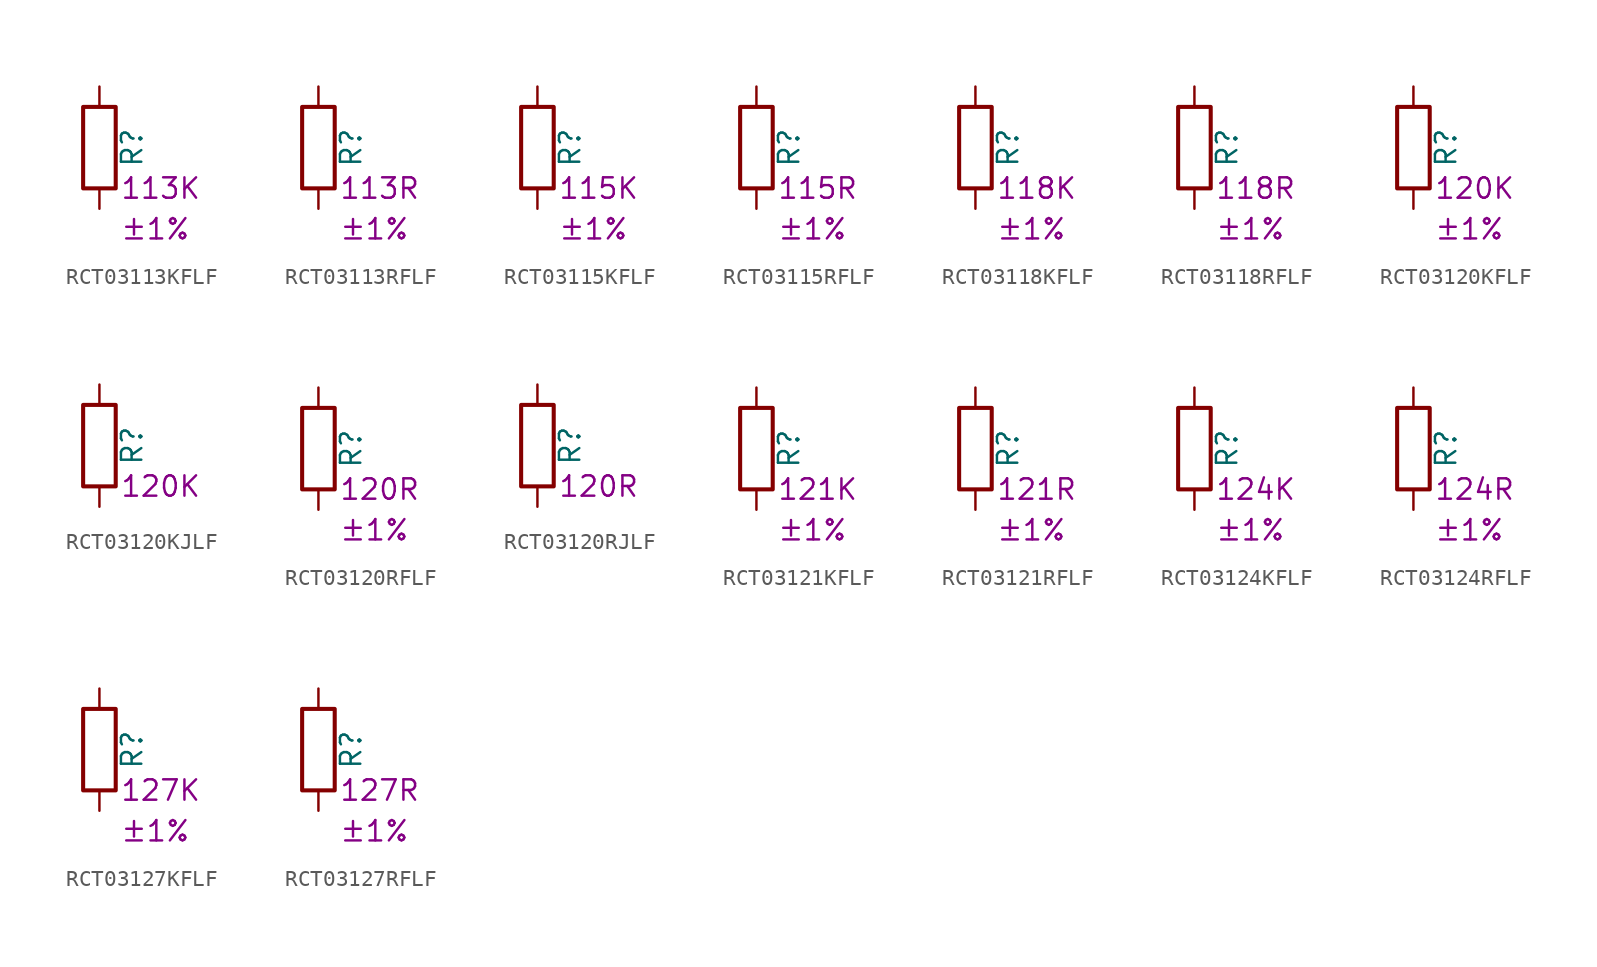
<source format=kicad_sym>
(kicad_symbol_lib
  (version 20220914)
  (generator kicad_symbol_editor)
  (symbol "RCT03113KFLF"
    (pin_numbers hide)
    (pin_names
      (offset 0))
    (property "Reference" "R"
      (at 2.032 0 90)
      (effects (font (size 1.27 1.27))))
    (property "Resistance" "113K"
      (at 1.27 -2.54 0)
      (effects (font (size 1.27 1.27)) (justify left)))
    (property "Tolerance" "±1%"
      (at 1.27 -5.08 0)
      (effects (font (size 1.27 1.27)) (justify left)))
    (symbol "RCT03113KFLF_0_1"
      (rectangle (start -1.016 -2.54) (end 1.016 2.54) (stroke (width 0.254) (type default)) (fill (type none))))
    (symbol "RCT03113KFLF_1_1"
      (pin passive line (at 0 3.81 270) (length 1.27) (name "~" (effects (font (size 1.27 1.27)))) (number "1" (effects (font (size 1.27 1.27)))))
      (pin passive line (at 0 -3.81 90) (length 1.27) (name "~" (effects (font (size 1.27 1.27)))) (number "2" (effects (font (size 1.27 1.27)))))))
  (symbol "RCT03113RFLF"
    (pin_numbers hide)
    (pin_names
      (offset 0))
    (property "Reference" "R"
      (at 2.032 0 90)
      (effects (font (size 1.27 1.27))))
    (property "Resistance" "113R"
      (at 1.27 -2.54 0)
      (effects (font (size 1.27 1.27)) (justify left)))
    (property "Tolerance" "±1%"
      (at 1.27 -5.08 0)
      (effects (font (size 1.27 1.27)) (justify left)))
    (symbol "RCT03113RFLF_0_1"
      (rectangle (start -1.016 -2.54) (end 1.016 2.54) (stroke (width 0.254) (type default)) (fill (type none))))
    (symbol "RCT03113RFLF_1_1"
      (pin passive line (at 0 3.81 270) (length 1.27) (name "~" (effects (font (size 1.27 1.27)))) (number "1" (effects (font (size 1.27 1.27)))))
      (pin passive line (at 0 -3.81 90) (length 1.27) (name "~" (effects (font (size 1.27 1.27)))) (number "2" (effects (font (size 1.27 1.27)))))))
  (symbol "RCT03115KFLF"
    (pin_numbers hide)
    (pin_names
      (offset 0))
    (property "Reference" "R"
      (at 2.032 0 90)
      (effects (font (size 1.27 1.27))))
    (property "Resistance" "115K"
      (at 1.27 -2.54 0)
      (effects (font (size 1.27 1.27)) (justify left)))
    (property "Tolerance" "±1%"
      (at 1.27 -5.08 0)
      (effects (font (size 1.27 1.27)) (justify left)))
    (symbol "RCT03115KFLF_0_1"
      (rectangle (start -1.016 -2.54) (end 1.016 2.54) (stroke (width 0.254) (type default)) (fill (type none))))
    (symbol "RCT03115KFLF_1_1"
      (pin passive line (at 0 3.81 270) (length 1.27) (name "~" (effects (font (size 1.27 1.27)))) (number "1" (effects (font (size 1.27 1.27)))))
      (pin passive line (at 0 -3.81 90) (length 1.27) (name "~" (effects (font (size 1.27 1.27)))) (number "2" (effects (font (size 1.27 1.27)))))))
  (symbol "RCT03115RFLF"
    (pin_numbers hide)
    (pin_names
      (offset 0))
    (property "Reference" "R"
      (at 2.032 0 90)
      (effects (font (size 1.27 1.27))))
    (property "Resistance" "115R"
      (at 1.27 -2.54 0)
      (effects (font (size 1.27 1.27)) (justify left)))
    (property "Tolerance" "±1%"
      (at 1.27 -5.08 0)
      (effects (font (size 1.27 1.27)) (justify left)))
    (symbol "RCT03115RFLF_0_1"
      (rectangle (start -1.016 -2.54) (end 1.016 2.54) (stroke (width 0.254) (type default)) (fill (type none))))
    (symbol "RCT03115RFLF_1_1"
      (pin passive line (at 0 3.81 270) (length 1.27) (name "~" (effects (font (size 1.27 1.27)))) (number "1" (effects (font (size 1.27 1.27)))))
      (pin passive line (at 0 -3.81 90) (length 1.27) (name "~" (effects (font (size 1.27 1.27)))) (number "2" (effects (font (size 1.27 1.27)))))))
  (symbol "RCT03118KFLF"
    (pin_numbers hide)
    (pin_names
      (offset 0))
    (property "Reference" "R"
      (at 2.032 0 90)
      (effects (font (size 1.27 1.27))))
    (property "Resistance" "118K"
      (at 1.27 -2.54 0)
      (effects (font (size 1.27 1.27)) (justify left)))
    (property "Tolerance" "±1%"
      (at 1.27 -5.08 0)
      (effects (font (size 1.27 1.27)) (justify left)))
    (symbol "RCT03118KFLF_0_1"
      (rectangle (start -1.016 -2.54) (end 1.016 2.54) (stroke (width 0.254) (type default)) (fill (type none))))
    (symbol "RCT03118KFLF_1_1"
      (pin passive line (at 0 3.81 270) (length 1.27) (name "~" (effects (font (size 1.27 1.27)))) (number "1" (effects (font (size 1.27 1.27)))))
      (pin passive line (at 0 -3.81 90) (length 1.27) (name "~" (effects (font (size 1.27 1.27)))) (number "2" (effects (font (size 1.27 1.27)))))))
  (symbol "RCT03118RFLF"
    (pin_numbers hide)
    (pin_names
      (offset 0))
    (property "Reference" "R"
      (at 2.032 0 90)
      (effects (font (size 1.27 1.27))))
    (property "Resistance" "118R"
      (at 1.27 -2.54 0)
      (effects (font (size 1.27 1.27)) (justify left)))
    (property "Tolerance" "±1%"
      (at 1.27 -5.08 0)
      (effects (font (size 1.27 1.27)) (justify left)))
    (symbol "RCT03118RFLF_0_1"
      (rectangle (start -1.016 -2.54) (end 1.016 2.54) (stroke (width 0.254) (type default)) (fill (type none))))
    (symbol "RCT03118RFLF_1_1"
      (pin passive line (at 0 3.81 270) (length 1.27) (name "~" (effects (font (size 1.27 1.27)))) (number "1" (effects (font (size 1.27 1.27)))))
      (pin passive line (at 0 -3.81 90) (length 1.27) (name "~" (effects (font (size 1.27 1.27)))) (number "2" (effects (font (size 1.27 1.27)))))))
  (symbol "RCT03120KFLF"
    (pin_numbers hide)
    (pin_names
      (offset 0))
    (property "Reference" "R"
      (at 2.032 0 90)
      (effects (font (size 1.27 1.27))))
    (property "Resistance" "120K"
      (at 1.27 -2.54 0)
      (effects (font (size 1.27 1.27)) (justify left)))
    (property "Tolerance" "±1%"
      (at 1.27 -5.08 0)
      (effects (font (size 1.27 1.27)) (justify left)))
    (symbol "RCT03120KFLF_0_1"
      (rectangle (start -1.016 -2.54) (end 1.016 2.54) (stroke (width 0.254) (type default)) (fill (type none))))
    (symbol "RCT03120KFLF_1_1"
      (pin passive line (at 0 3.81 270) (length 1.27) (name "~" (effects (font (size 1.27 1.27)))) (number "1" (effects (font (size 1.27 1.27)))))
      (pin passive line (at 0 -3.81 90) (length 1.27) (name "~" (effects (font (size 1.27 1.27)))) (number "2" (effects (font (size 1.27 1.27)))))))
  (symbol "RCT03120KJLF"
    (pin_numbers hide)
    (pin_names
      (offset 0))
    (property "Reference" "R"
      (at 2.032 0 90)
      (effects (font (size 1.27 1.27))))
    (property "Resistance" "120K"
      (at 1.27 -2.54 0)
      (effects (font (size 1.27 1.27)) (justify left)))
    (symbol "RCT03120KJLF_0_1"
      (rectangle (start -1.016 -2.54) (end 1.016 2.54) (stroke (width 0.254) (type default)) (fill (type none))))
    (symbol "RCT03120KJLF_1_1"
      (pin passive line (at 0 3.81 270) (length 1.27) (name "~" (effects (font (size 1.27 1.27)))) (number "1" (effects (font (size 1.27 1.27)))))
      (pin passive line (at 0 -3.81 90) (length 1.27) (name "~" (effects (font (size 1.27 1.27)))) (number "2" (effects (font (size 1.27 1.27)))))))
  (symbol "RCT03120RFLF"
    (pin_numbers hide)
    (pin_names
      (offset 0))
    (property "Reference" "R"
      (at 2.032 0 90)
      (effects (font (size 1.27 1.27))))
    (property "Resistance" "120R"
      (at 1.27 -2.54 0)
      (effects (font (size 1.27 1.27)) (justify left)))
    (property "Tolerance" "±1%"
      (at 1.27 -5.08 0)
      (effects (font (size 1.27 1.27)) (justify left)))
    (symbol "RCT03120RFLF_0_1"
      (rectangle (start -1.016 -2.54) (end 1.016 2.54) (stroke (width 0.254) (type default)) (fill (type none))))
    (symbol "RCT03120RFLF_1_1"
      (pin passive line (at 0 3.81 270) (length 1.27) (name "~" (effects (font (size 1.27 1.27)))) (number "1" (effects (font (size 1.27 1.27)))))
      (pin passive line (at 0 -3.81 90) (length 1.27) (name "~" (effects (font (size 1.27 1.27)))) (number "2" (effects (font (size 1.27 1.27)))))))
  (symbol "RCT03120RJLF"
    (pin_numbers hide)
    (pin_names
      (offset 0))
    (property "Reference" "R"
      (at 2.032 0 90)
      (effects (font (size 1.27 1.27))))
    (property "Resistance" "120R"
      (at 1.27 -2.54 0)
      (effects (font (size 1.27 1.27)) (justify left)))
    (symbol "RCT03120RJLF_0_1"
      (rectangle (start -1.016 -2.54) (end 1.016 2.54) (stroke (width 0.254) (type default)) (fill (type none))))
    (symbol "RCT03120RJLF_1_1"
      (pin passive line (at 0 3.81 270) (length 1.27) (name "~" (effects (font (size 1.27 1.27)))) (number "1" (effects (font (size 1.27 1.27)))))
      (pin passive line (at 0 -3.81 90) (length 1.27) (name "~" (effects (font (size 1.27 1.27)))) (number "2" (effects (font (size 1.27 1.27)))))))
  (symbol "RCT03121KFLF"
    (pin_numbers hide)
    (pin_names
      (offset 0))
    (property "Reference" "R"
      (at 2.032 0 90)
      (effects (font (size 1.27 1.27))))
    (property "Resistance" "121K"
      (at 1.27 -2.54 0)
      (effects (font (size 1.27 1.27)) (justify left)))
    (property "Tolerance" "±1%"
      (at 1.27 -5.08 0)
      (effects (font (size 1.27 1.27)) (justify left)))
    (symbol "RCT03121KFLF_0_1"
      (rectangle (start -1.016 -2.54) (end 1.016 2.54) (stroke (width 0.254) (type default)) (fill (type none))))
    (symbol "RCT03121KFLF_1_1"
      (pin passive line (at 0 3.81 270) (length 1.27) (name "~" (effects (font (size 1.27 1.27)))) (number "1" (effects (font (size 1.27 1.27)))))
      (pin passive line (at 0 -3.81 90) (length 1.27) (name "~" (effects (font (size 1.27 1.27)))) (number "2" (effects (font (size 1.27 1.27)))))))
  (symbol "RCT03121RFLF"
    (pin_numbers hide)
    (pin_names
      (offset 0))
    (property "Reference" "R"
      (at 2.032 0 90)
      (effects (font (size 1.27 1.27))))
    (property "Resistance" "121R"
      (at 1.27 -2.54 0)
      (effects (font (size 1.27 1.27)) (justify left)))
    (property "Tolerance" "±1%"
      (at 1.27 -5.08 0)
      (effects (font (size 1.27 1.27)) (justify left)))
    (symbol "RCT03121RFLF_0_1"
      (rectangle (start -1.016 -2.54) (end 1.016 2.54) (stroke (width 0.254) (type default)) (fill (type none))))
    (symbol "RCT03121RFLF_1_1"
      (pin passive line (at 0 3.81 270) (length 1.27) (name "~" (effects (font (size 1.27 1.27)))) (number "1" (effects (font (size 1.27 1.27)))))
      (pin passive line (at 0 -3.81 90) (length 1.27) (name "~" (effects (font (size 1.27 1.27)))) (number "2" (effects (font (size 1.27 1.27)))))))
  (symbol "RCT03124KFLF"
    (pin_numbers hide)
    (pin_names
      (offset 0))
    (property "Reference" "R"
      (at 2.032 0 90)
      (effects (font (size 1.27 1.27))))
    (property "Resistance" "124K"
      (at 1.27 -2.54 0)
      (effects (font (size 1.27 1.27)) (justify left)))
    (property "Tolerance" "±1%"
      (at 1.27 -5.08 0)
      (effects (font (size 1.27 1.27)) (justify left)))
    (symbol "RCT03124KFLF_0_1"
      (rectangle (start -1.016 -2.54) (end 1.016 2.54) (stroke (width 0.254) (type default)) (fill (type none))))
    (symbol "RCT03124KFLF_1_1"
      (pin passive line (at 0 3.81 270) (length 1.27) (name "~" (effects (font (size 1.27 1.27)))) (number "1" (effects (font (size 1.27 1.27)))))
      (pin passive line (at 0 -3.81 90) (length 1.27) (name "~" (effects (font (size 1.27 1.27)))) (number "2" (effects (font (size 1.27 1.27)))))))
  (symbol "RCT03124RFLF"
    (pin_numbers hide)
    (pin_names
      (offset 0))
    (property "Reference" "R"
      (at 2.032 0 90)
      (effects (font (size 1.27 1.27))))
    (property "Resistance" "124R"
      (at 1.27 -2.54 0)
      (effects (font (size 1.27 1.27)) (justify left)))
    (property "Tolerance" "±1%"
      (at 1.27 -5.08 0)
      (effects (font (size 1.27 1.27)) (justify left)))
    (symbol "RCT03124RFLF_0_1"
      (rectangle (start -1.016 -2.54) (end 1.016 2.54) (stroke (width 0.254) (type default)) (fill (type none))))
    (symbol "RCT03124RFLF_1_1"
      (pin passive line (at 0 3.81 270) (length 1.27) (name "~" (effects (font (size 1.27 1.27)))) (number "1" (effects (font (size 1.27 1.27)))))
      (pin passive line (at 0 -3.81 90) (length 1.27) (name "~" (effects (font (size 1.27 1.27)))) (number "2" (effects (font (size 1.27 1.27)))))))
  (symbol "RCT03127KFLF"
    (pin_numbers hide)
    (pin_names
      (offset 0))
    (property "Reference" "R"
      (at 2.032 0 90)
      (effects (font (size 1.27 1.27))))
    (property "Resistance" "127K"
      (at 1.27 -2.54 0)
      (effects (font (size 1.27 1.27)) (justify left)))
    (property "Tolerance" "±1%"
      (at 1.27 -5.08 0)
      (effects (font (size 1.27 1.27)) (justify left)))
    (symbol "RCT03127KFLF_0_1"
      (rectangle (start -1.016 -2.54) (end 1.016 2.54) (stroke (width 0.254) (type default)) (fill (type none))))
    (symbol "RCT03127KFLF_1_1"
      (pin passive line (at 0 3.81 270) (length 1.27) (name "~" (effects (font (size 1.27 1.27)))) (number "1" (effects (font (size 1.27 1.27)))))
      (pin passive line (at 0 -3.81 90) (length 1.27) (name "~" (effects (font (size 1.27 1.27)))) (number "2" (effects (font (size 1.27 1.27)))))))
  (symbol "RCT03127RFLF"
    (pin_numbers hide)
    (pin_names
      (offset 0))
    (property "Reference" "R"
      (at 2.032 0 90)
      (effects (font (size 1.27 1.27))))
    (property "Resistance" "127R"
      (at 1.27 -2.54 0)
      (effects (font (size 1.27 1.27)) (justify left)))
    (property "Tolerance" "±1%"
      (at 1.27 -5.08 0)
      (effects (font (size 1.27 1.27)) (justify left)))
    (symbol "RCT03127RFLF_0_1"
      (rectangle (start -1.016 -2.54) (end 1.016 2.54) (stroke (width 0.254) (type default)) (fill (type none))))
    (symbol "RCT03127RFLF_1_1"
      (pin passive line (at 0 3.81 270) (length 1.27) (name "~" (effects (font (size 1.27 1.27)))) (number "1" (effects (font (size 1.27 1.27)))))
      (pin passive line (at 0 -3.81 90) (length 1.27) (name "~" (effects (font (size 1.27 1.27)))) (number "2" (effects (font (size 1.27 1.27))))))))
</source>
